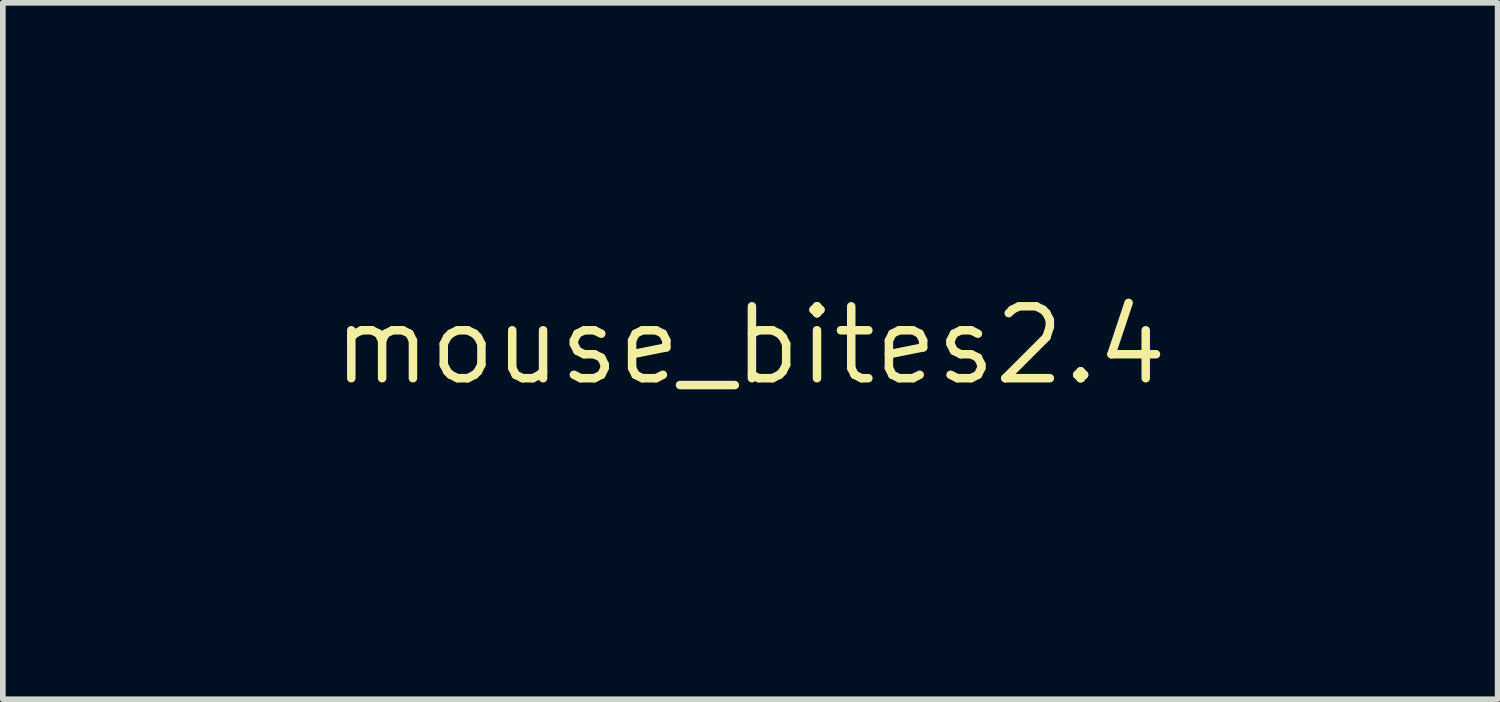
<source format=kicad_pcb>
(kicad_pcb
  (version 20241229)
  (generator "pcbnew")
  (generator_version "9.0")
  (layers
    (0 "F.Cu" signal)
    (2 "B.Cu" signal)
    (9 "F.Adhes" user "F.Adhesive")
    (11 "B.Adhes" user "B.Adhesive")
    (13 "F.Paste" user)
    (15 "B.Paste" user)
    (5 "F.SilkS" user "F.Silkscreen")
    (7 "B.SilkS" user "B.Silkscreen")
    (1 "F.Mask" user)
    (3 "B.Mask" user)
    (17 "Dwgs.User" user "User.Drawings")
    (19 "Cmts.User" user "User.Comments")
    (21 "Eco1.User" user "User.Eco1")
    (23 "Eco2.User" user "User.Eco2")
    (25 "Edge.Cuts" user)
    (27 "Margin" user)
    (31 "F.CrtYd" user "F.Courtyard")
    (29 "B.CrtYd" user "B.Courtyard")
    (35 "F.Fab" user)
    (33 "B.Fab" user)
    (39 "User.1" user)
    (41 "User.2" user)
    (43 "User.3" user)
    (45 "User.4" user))
  (footprint "mouse_bites2.4"
    (layer "F.Cu")
    (at 10.2 3.05)
    (property "Reference" "mouse_bites2.4" (at 0 0 0) (layer "F.SilkS") (effects (font (size 1.27 1.27) (thickness 0.15))))
    (attr board_only exclude_from_pos_files exclude_from_bom allow_missing_courtyard dnp)
    (fp_line (start -9 1.2) (end -3 1.2) (stroke (width 2.4) (type solid)) (layer "User.8"))
    (fp_line (start 3 1.2) (end 9 1.2) (stroke (width 2.4) (type solid)) (layer "User.8"))
    (fp_line (start 0 3.2) (end 0 -0.8) (stroke (width 0.1) (type solid)) (layer "User.9"))
    (fp_circle (center -2.5 0) (end -2.5 -0.2) (stroke (width 0.4) (type solid)) (fill no) (layer "User.9"))
    (fp_circle (center -1.25 0) (end -1.25 -0.2) (stroke (width 0.4) (type solid)) (fill no) (layer "User.9"))
    (fp_circle (center 0 0) (end 0 -0.2) (stroke (width 0.4) (type solid)) (fill no) (layer "User.9"))
    (fp_circle (center 1.25 0) (end 1.25 -0.2) (stroke (width 0.4) (type solid)) (fill no) (layer "User.9"))
    (fp_circle (center 2.5 0) (end 2.5 -0.2) (stroke (width 0.4) (type solid)) (fill no) (layer "User.9"))
    (zone (net_name "") (layers "F.Cu" "B.Cu") (hatch edge 0.5) (connect_pads) (min_thickness 0.25) (filled_areas_thickness no) (keepout (tracks not_allowed) (vias not_allowed) (pads not_allowed) (copperpour not_allowed) (footprints allowed)) (placement (enabled no)) (fill) (polygon (pts (xy 12.701 2.001) (xy 12.703 2) (xy 12.804 2.005) (xy 12.807 2.007) (xy 12.811 2.006) (xy 13.009 2.047) (xy 13.014 2.05) (xy 13.019 2.05) (xy 13.205 2.13) (xy 13.209 2.133) (xy 13.214 2.135) (xy 13.38 2.25) (xy 13.383 2.255) (xy 13.388 2.257) (xy 13.527 2.403) (xy 13.529 2.408) (xy 13.533 2.411) (xy 13.64 2.583) (xy 13.641 2.588) (xy 13.645 2.592) (xy 13.715 2.782) (xy 13.715 2.787) (xy 13.717 2.792) (xy 13.748 2.992) (xy 13.747 2.997) (xy 13.749 3.002) (xy 13.738 3.204) (xy 13.736 3.209) (xy 13.737 3.214) (xy 13.686 3.41) (xy 13.683 3.414) (xy 13.683 3.419) (xy 13.594 3.601) (xy 13.59 3.604) (xy 13.588 3.61) (xy 13.464 3.77) (xy 13.46 3.772) (xy 13.457 3.777) (xy 13.304 3.909) (xy 13.299 3.91) (xy 13.296 3.914) (xy 13.119 4.013) (xy 13.113 4.013) (xy 13.109 4.017) (xy 12.916 4.077) (xy 12.911 4.077) (xy 12.906 4.079) (xy 12.705 4.1) (xy 12.702 4.099) (xy 12.7 4.1) (xy 7.7 4.1) (xy 7.699 4.099) (xy 7.697 4.1) (xy 7.596 4.095) (xy 7.593 4.093) (xy 7.589 4.094) (xy 7.391 4.053) (xy 7.386 4.05) (xy 7.381 4.05) (xy 7.195 3.97) (xy 7.191 3.967) (xy 7.186 3.965) (xy 7.02 3.85) (xy 7.017 3.845) (xy 7.012 3.843) (xy 6.873 3.697) (xy 6.871 3.692) (xy 6.867 3.689) (xy 6.76 3.517) (xy 6.759 3.512) (xy 6.755 3.508) (xy 6.685 3.318) (xy 6.685 3.313) (xy 6.683 3.308) (xy 6.652 3.108) (xy 6.653 3.103) (xy 6.651 3.098) (xy 6.662 2.896) (xy 6.664 2.891) (xy 6.663 2.886) (xy 6.714 2.69) (xy 6.717 2.686) (xy 6.717 2.681) (xy 6.806 2.499) (xy 6.81 2.496) (xy 6.812 2.49) (xy 6.936 2.33) (xy 6.94 2.328) (xy 6.943 2.323) (xy 7.096 2.191) (xy 7.101 2.19) (xy 7.104 2.186) (xy 7.281 2.087) (xy 7.287 2.087) (xy 7.291 2.083) (xy 7.484 2.023) (xy 7.489 2.023) (xy 7.494 2.021) (xy 7.695 2) (xy 7.698 2.001) (xy 7.7 2) (xy 12.7 2))))
    (zone (net_name "") (layer "B.Cu") (hatch edge 0.5) (connect_pads) (min_thickness 0.25) (filled_areas_thickness no) (keepout (tracks allowed) (vias allowed) (pads not_allowed) (copperpour allowed) (footprints allowed)) (placement (enabled no)) (fill) (polygon (pts (xy 12.701 0.001) (xy 12.703 0.000085) (xy 13.051 0.02) (xy 13.054 0.022) (xy 13.057 0.021) (xy 13.401 0.082) (xy 13.403 0.083) (xy 13.406 0.083) (xy 13.74 0.183) (xy 13.743 0.185) (xy 13.746 0.185) (xy 14.066 0.323) (xy 14.068 0.325) (xy 14.071 0.326) (xy 14.374 0.5) (xy 14.375 0.503) (xy 14.378 0.503) (xy 14.658 0.712) (xy 14.66 0.714) (xy 14.663 0.715) (xy 14.916 0.955) (xy 14.918 0.958) (xy 14.92 0.959) (xy 15.145 1.226) (xy 15.146 1.229) (xy 15.148 1.231) (xy 15.34 1.523) (xy 15.34 1.526) (xy 15.343 1.528) (xy 15.499 1.839) (xy 15.5 1.842) (xy 15.502 1.845) (xy 15.621 2.172) (xy 15.621 2.176) (xy 15.623 2.178) (xy 15.703 2.518) (xy 15.703 2.521) (xy 15.704 2.523) (xy 15.745 2.87) (xy 15.744 2.873) (xy 15.745 2.876) (xy 15.745 3.224) (xy 15.744 3.227) (xy 15.745 3.23) (xy 15.704 3.577) (xy 15.703 3.579) (xy 15.703 3.582) (xy 15.623 3.922) (xy 15.621 3.924) (xy 15.621 3.928) (xy 15.502 4.255) (xy 15.5 4.258) (xy 15.499 4.261) (xy 15.343 4.572) (xy 15.34 4.574) (xy 15.34 4.577) (xy 15.148 4.869) (xy 15.146 4.871) (xy 15.145 4.874) (xy 14.92 5.141) (xy 14.918 5.142) (xy 14.916 5.145) (xy 14.663 5.385) (xy 14.66 5.386) (xy 14.658 5.388) (xy 14.378 5.597) (xy 14.375 5.597) (xy 14.374 5.6) (xy 14.071 5.774) (xy 14.068 5.775) (xy 14.066 5.777) (xy 13.746 5.915) (xy 13.743 5.915) (xy 13.74 5.917) (xy 13.406 6.017) (xy 13.403 6.017) (xy 13.401 6.018) (xy 13.057 6.079) (xy 13.054 6.078) (xy 13.051 6.08) (xy 12.703 6.1) (xy 12.701 6.099) (xy 12.7 6.1) (xy 7.7 6.1) (xy 7.699 6.099) (xy 7.697 6.1) (xy 7.349 6.08) (xy 7.346 6.078) (xy 7.343 6.079) (xy 6.999 6.018) (xy 6.997 6.017) (xy 6.994 6.017) (xy 6.66 5.917) (xy 6.657 5.915) (xy 6.654 5.915) (xy 6.334 5.777) (xy 6.332 5.775) (xy 6.329 5.774) (xy 6.026 5.6) (xy 6.025 5.597) (xy 6.022 5.597) (xy 5.742 5.388) (xy 5.74 5.386) (xy 5.737 5.385) (xy 5.484 5.145) (xy 5.482 5.142) (xy 5.48 5.141) (xy 5.255 4.874) (xy 5.254 4.871) (xy 5.252 4.869) (xy 5.06 4.577) (xy 5.06 4.574) (xy 5.057 4.572) (xy 4.901 4.261) (xy 4.9 4.258) (xy 4.898 4.255) (xy 4.779 3.928) (xy 4.779 3.924) (xy 4.777 3.922) (xy 4.697 3.582) (xy 4.697 3.579) (xy 4.696 3.577) (xy 4.655 3.23) (xy 4.656 3.227) (xy 4.655 3.224) (xy 4.655 2.876) (xy 4.656 2.873) (xy 4.655 2.87) (xy 4.696 2.523) (xy 4.697 2.521) (xy 4.697 2.518) (xy 4.777 2.178) (xy 4.779 2.176) (xy 4.779 2.172) (xy 4.898 1.845) (xy 4.9 1.842) (xy 4.901 1.839) (xy 5.057 1.528) (xy 5.06 1.526) (xy 5.06 1.523) (xy 5.252 1.231) (xy 5.254 1.229) (xy 5.255 1.226) (xy 5.48 0.959) (xy 5.482 0.958) (xy 5.484 0.955) (xy 5.737 0.715) (xy 5.74 0.714) (xy 5.742 0.712) (xy 6.022 0.503) (xy 6.025 0.503) (xy 6.026 0.5) (xy 6.329 0.326) (xy 6.332 0.325) (xy 6.334 0.323) (xy 6.654 0.185) (xy 6.657 0.185) (xy 6.66 0.183) (xy 6.994 0.083) (xy 6.997 0.083) (xy 6.999 0.082) (xy 7.343 0.021) (xy 7.346 0.022) (xy 7.349 0.02) (xy 7.697 0.000085) (xy 7.699 0.001) (xy 7.7 0) (xy 12.7 0)))))
  (gr_rect
    (start -3 -3)
    (end 23.4 9.3)
    (stroke (width 0.1) (type default))
    (fill no)
    (layer "Edge.Cuts")))
</source>
